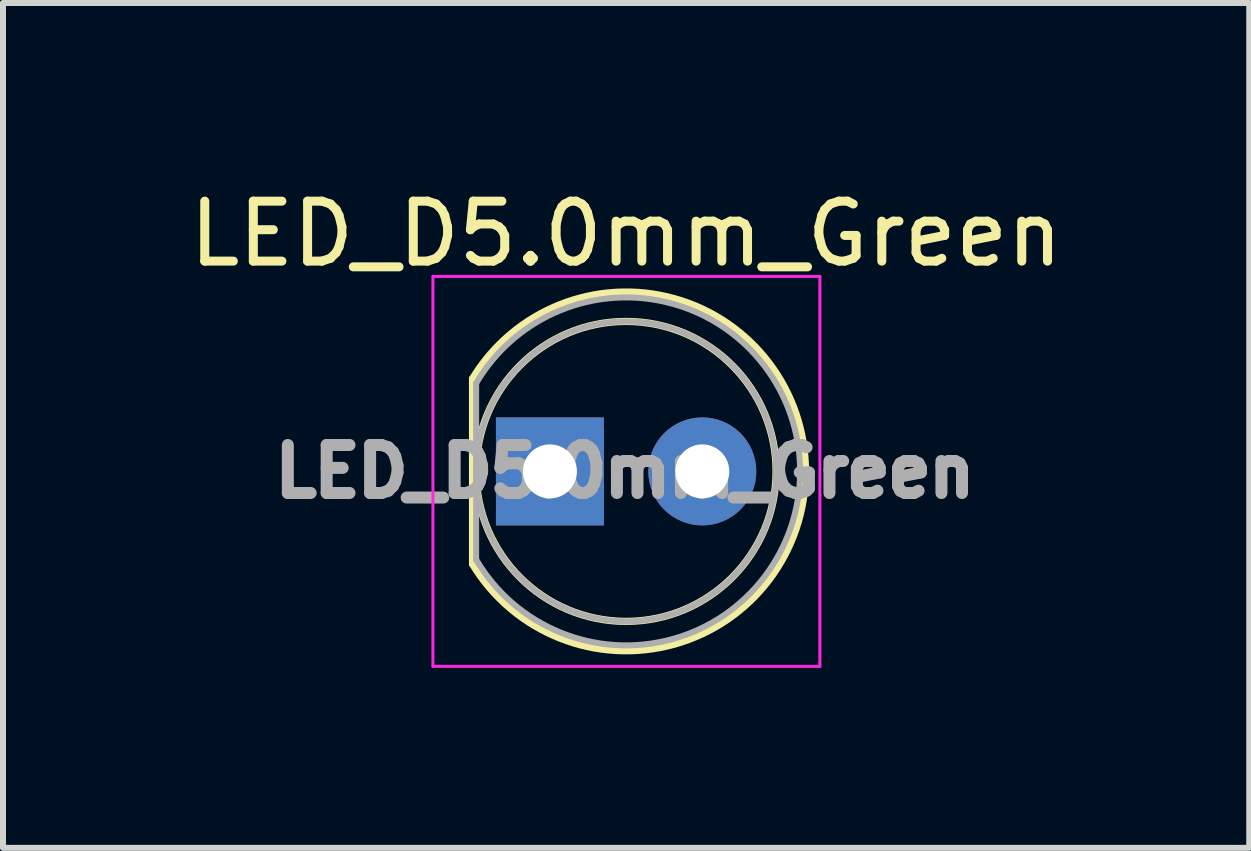
<source format=kicad_pcb>
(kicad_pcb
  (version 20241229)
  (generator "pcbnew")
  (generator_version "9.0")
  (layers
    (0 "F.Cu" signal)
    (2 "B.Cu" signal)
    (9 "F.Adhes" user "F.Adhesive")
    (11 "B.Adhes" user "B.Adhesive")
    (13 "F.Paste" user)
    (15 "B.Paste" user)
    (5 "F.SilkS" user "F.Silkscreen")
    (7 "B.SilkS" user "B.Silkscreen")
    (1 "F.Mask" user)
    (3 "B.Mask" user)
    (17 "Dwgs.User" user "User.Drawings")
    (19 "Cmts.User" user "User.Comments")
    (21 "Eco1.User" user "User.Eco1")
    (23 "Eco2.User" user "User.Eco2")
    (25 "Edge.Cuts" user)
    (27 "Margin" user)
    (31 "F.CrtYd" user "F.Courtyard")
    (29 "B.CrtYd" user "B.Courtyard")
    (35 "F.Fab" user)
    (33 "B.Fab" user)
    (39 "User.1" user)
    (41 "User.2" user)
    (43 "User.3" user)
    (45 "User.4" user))
  (footprint "LED_D5.0mm_Green"
    (layer "F.Cu")
    (at 6.117 4.808)
    (property "Reference" "LED_D5.0mm_Green" (at 1.27 -3.96 0) (layer "F.SilkS") (effects (font (size 1 1) (thickness 0.15))))
    (attr through_hole)
    (fp_line (start -1.29 -1.545) (end -1.29 1.545) (stroke (width 0.12) (type solid)) (layer "F.SilkS"))
    (fp_arc (start -1.29 -1.54483) (mid 2.072002 -2.880433) (end 4.26 0.000462) (stroke (width 0.12) (type solid)) (layer "F.SilkS"))
    (fp_arc (start 4.26 -0.000462) (mid 2.072002 2.880433) (end -1.29 1.54483) (stroke (width 0.12) (type solid)) (layer "F.SilkS"))
    (fp_circle (center 1.27 0) (end 3.77 0) (stroke (width 0.12) (type solid)) (fill no) (layer "F.SilkS"))
    (fp_line (start -1.95 -3.25) (end -1.95 3.25) (stroke (width 0.05) (type solid)) (layer "F.CrtYd"))
    (fp_line (start -1.95 3.25) (end 4.5 3.25) (stroke (width 0.05) (type solid)) (layer "F.CrtYd"))
    (fp_line (start 4.5 -3.25) (end -1.95 -3.25) (stroke (width 0.05) (type solid)) (layer "F.CrtYd"))
    (fp_line (start 4.5 3.25) (end 4.5 -3.25) (stroke (width 0.05) (type solid)) (layer "F.CrtYd"))
    (fp_line (start -1.23 -1.47) (end -1.23 1.47) (stroke (width 0.1) (type solid)) (layer "F.Fab"))
    (fp_arc (start -1.23 -1.469694) (mid 4.17 0.000016) (end -1.230016 1.469666) (stroke (width 0.1) (type solid)) (layer "F.Fab"))
    (fp_circle (center 1.27 0) (end 3.77 0) (stroke (width 0.1) (type solid)) (fill no) (layer "F.Fab"))
    (fp_text user "${REFERENCE}" (at 1.25 0 0) (layer "F.Fab") (effects (font (size 0.8 0.8) (thickness 0.2))))
    (pad "1" thru_hole rect (at 0 0) (size 1.8 1.8) (drill 0.9) (layers "*.Cu" "*.Mask"))
    (pad "2" thru_hole circle (at 2.54 0) (size 1.8 1.8) (drill 0.9) (layers "*.Cu" "*.Mask")))
  (gr_rect
    (start -3 -3)
    (end 17.774 11.083)
    (stroke (width 0.1) (type default))
    (fill no)
    (layer "Edge.Cuts")))
</source>
